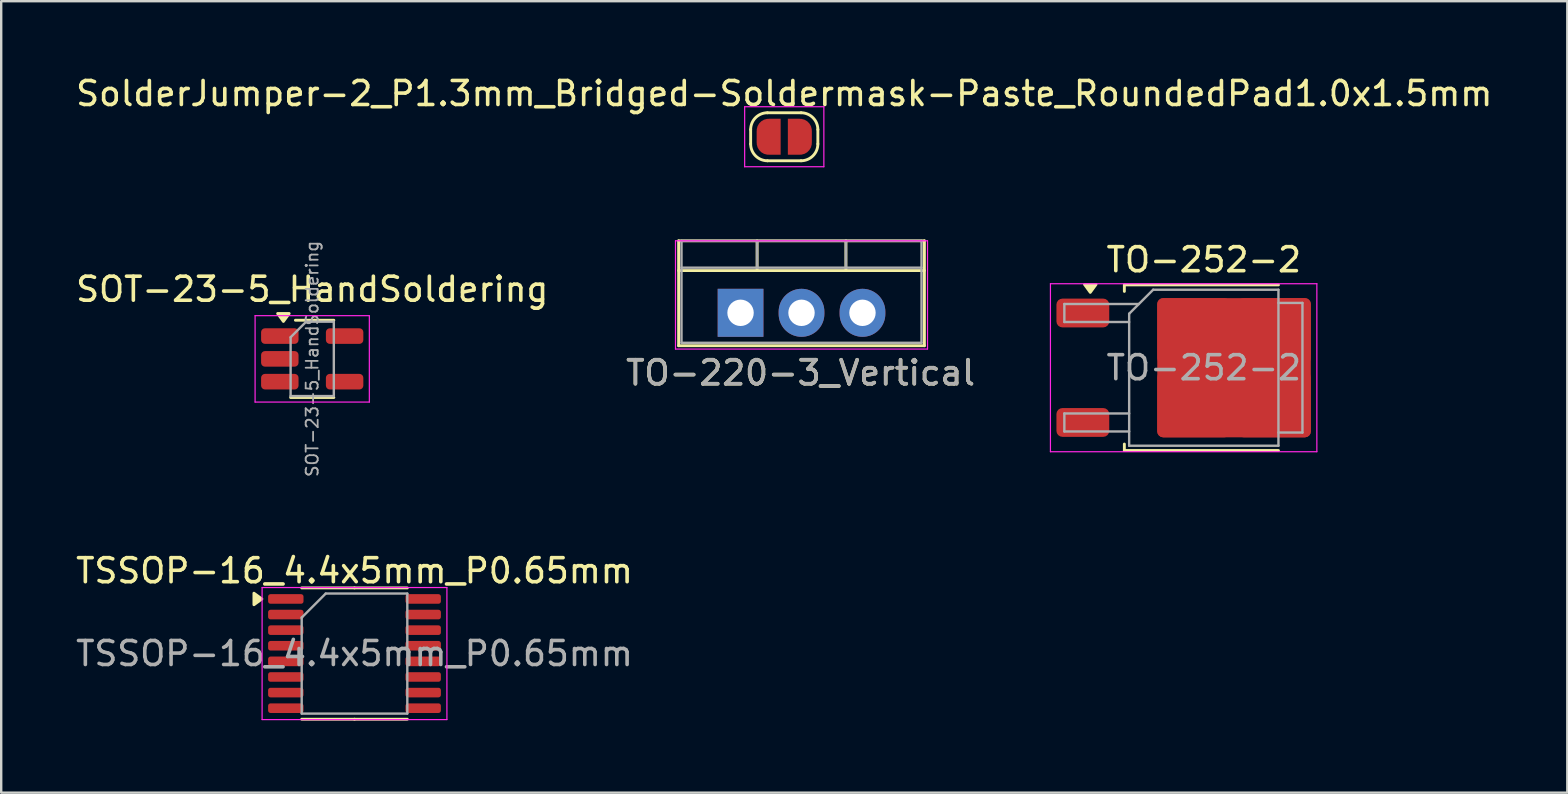
<source format=kicad_pcb>
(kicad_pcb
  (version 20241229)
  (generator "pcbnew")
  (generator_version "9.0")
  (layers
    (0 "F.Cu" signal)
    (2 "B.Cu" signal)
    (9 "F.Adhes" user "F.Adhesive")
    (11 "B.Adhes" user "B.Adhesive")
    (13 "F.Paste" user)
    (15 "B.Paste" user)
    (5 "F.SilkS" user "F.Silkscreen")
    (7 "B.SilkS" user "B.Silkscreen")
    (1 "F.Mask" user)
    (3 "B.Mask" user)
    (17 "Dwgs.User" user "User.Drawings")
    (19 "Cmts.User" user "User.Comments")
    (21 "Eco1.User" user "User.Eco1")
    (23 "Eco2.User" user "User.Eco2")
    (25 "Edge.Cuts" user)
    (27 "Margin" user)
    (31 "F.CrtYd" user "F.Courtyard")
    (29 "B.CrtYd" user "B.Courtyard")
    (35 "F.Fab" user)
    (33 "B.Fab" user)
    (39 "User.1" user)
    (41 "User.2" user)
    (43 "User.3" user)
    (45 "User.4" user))
  (footprint "TSSOP-16_4.4x5mm_P0.65mm"
    (layer "F.Cu")
    (at 11.72 24.18)
    (property "Reference" "TSSOP-16_4.4x5mm_P0.65mm" (at 0 -3.45 0) (layer "F.SilkS") (effects (font (size 1 1) (thickness 0.15))))
    (attr smd)
    (fp_line (start 0 -2.735) (end -2.2 -2.735) (stroke (width 0.12) (type solid)) (layer "F.SilkS"))
    (fp_line (start 0 -2.735) (end 2.2 -2.735) (stroke (width 0.12) (type solid)) (layer "F.SilkS"))
    (fp_line (start 0 2.735) (end -2.2 2.735) (stroke (width 0.12) (type solid)) (layer "F.SilkS"))
    (fp_line (start 0 2.735) (end 2.2 2.735) (stroke (width 0.12) (type solid)) (layer "F.SilkS"))
    (fp_poly (pts (xy -3.86 -2.275) (xy -4.19 -2.515) (xy -4.19 -2.035) (xy -3.86 -2.275)) (stroke (width 0.12) (type solid)) (fill yes) (layer "F.SilkS"))
    (fp_line (start -3.85 -2.75) (end -3.85 2.75) (stroke (width 0.05) (type solid)) (layer "F.CrtYd"))
    (fp_line (start -3.85 2.75) (end 3.85 2.75) (stroke (width 0.05) (type solid)) (layer "F.CrtYd"))
    (fp_line (start 3.85 -2.75) (end -3.85 -2.75) (stroke (width 0.05) (type solid)) (layer "F.CrtYd"))
    (fp_line (start 3.85 2.75) (end 3.85 -2.75) (stroke (width 0.05) (type solid)) (layer "F.CrtYd"))
    (fp_line (start -2.2 -1.5) (end -1.2 -2.5) (stroke (width 0.1) (type solid)) (layer "F.Fab"))
    (fp_line (start -2.2 2.5) (end -2.2 -1.5) (stroke (width 0.1) (type solid)) (layer "F.Fab"))
    (fp_line (start -1.2 -2.5) (end 2.2 -2.5) (stroke (width 0.1) (type solid)) (layer "F.Fab"))
    (fp_line (start 2.2 -2.5) (end 2.2 2.5) (stroke (width 0.1) (type solid)) (layer "F.Fab"))
    (fp_line (start 2.2 2.5) (end -2.2 2.5) (stroke (width 0.1) (type solid)) (layer "F.Fab"))
    (fp_text user "${REFERENCE}" (at 0 0 0) (layer "F.Fab") (effects (font (size 1 1) (thickness 0.15))))
    (pad "1" smd roundrect (at -2.862 -2.275) (size 1.475 0.4) (layers "F.Cu" "F.Mask" "F.Paste") (roundrect_rratio 0.25))
    (pad "2" smd roundrect (at -2.862 -1.625) (size 1.475 0.4) (layers "F.Cu" "F.Mask" "F.Paste") (roundrect_rratio 0.25))
    (pad "3" smd roundrect (at -2.862 -0.975) (size 1.475 0.4) (layers "F.Cu" "F.Mask" "F.Paste") (roundrect_rratio 0.25))
    (pad "4" smd roundrect (at -2.862 -0.325) (size 1.475 0.4) (layers "F.Cu" "F.Mask" "F.Paste") (roundrect_rratio 0.25))
    (pad "5" smd roundrect (at -2.862 0.325) (size 1.475 0.4) (layers "F.Cu" "F.Mask" "F.Paste") (roundrect_rratio 0.25))
    (pad "6" smd roundrect (at -2.862 0.975) (size 1.475 0.4) (layers "F.Cu" "F.Mask" "F.Paste") (roundrect_rratio 0.25))
    (pad "7" smd roundrect (at -2.862 1.625) (size 1.475 0.4) (layers "F.Cu" "F.Mask" "F.Paste") (roundrect_rratio 0.25))
    (pad "8" smd roundrect (at -2.862 2.275) (size 1.475 0.4) (layers "F.Cu" "F.Mask" "F.Paste") (roundrect_rratio 0.25))
    (pad "9" smd roundrect (at 2.862 2.275) (size 1.475 0.4) (layers "F.Cu" "F.Mask" "F.Paste") (roundrect_rratio 0.25))
    (pad "10" smd roundrect (at 2.862 1.625) (size 1.475 0.4) (layers "F.Cu" "F.Mask" "F.Paste") (roundrect_rratio 0.25))
    (pad "11" smd roundrect (at 2.862 0.975) (size 1.475 0.4) (layers "F.Cu" "F.Mask" "F.Paste") (roundrect_rratio 0.25))
    (pad "12" smd roundrect (at 2.862 0.325) (size 1.475 0.4) (layers "F.Cu" "F.Mask" "F.Paste") (roundrect_rratio 0.25))
    (pad "13" smd roundrect (at 2.862 -0.325) (size 1.475 0.4) (layers "F.Cu" "F.Mask" "F.Paste") (roundrect_rratio 0.25))
    (pad "14" smd roundrect (at 2.862 -0.975) (size 1.475 0.4) (layers "F.Cu" "F.Mask" "F.Paste") (roundrect_rratio 0.25))
    (pad "15" smd roundrect (at 2.862 -1.625) (size 1.475 0.4) (layers "F.Cu" "F.Mask" "F.Paste") (roundrect_rratio 0.25))
    (pad "16" smd roundrect (at 2.862 -2.275) (size 1.475 0.4) (layers "F.Cu" "F.Mask" "F.Paste") (roundrect_rratio 0.25)))
  (footprint "TO-252-2"
    (layer "F.Cu")
    (at 47.105 12.271)
    (property "Reference" "TO-252-2" (at 0 -4.5 0) (layer "F.SilkS") (effects (font (size 1 1) (thickness 0.15))))
    (attr smd)
    (fp_line (start -3.31 -3.45) (end -3.31 -3.18) (stroke (width 0.12) (type solid)) (layer "F.SilkS"))
    (fp_line (start -3.31 3.45) (end -3.31 3.18) (stroke (width 0.12) (type solid)) (layer "F.SilkS"))
    (fp_line (start 3.11 -3.45) (end -3.31 -3.45) (stroke (width 0.12) (type solid)) (layer "F.SilkS"))
    (fp_line (start 3.11 3.45) (end -3.31 3.45) (stroke (width 0.12) (type solid)) (layer "F.SilkS"))
    (fp_poly (pts (xy -4.73 -3.14) (xy -4.97 -3.47) (xy -4.49 -3.47) (xy -4.73 -3.14)) (stroke (width 0.12) (type solid)) (fill yes) (layer "F.SilkS"))
    (fp_line (start -6.39 -3.5) (end -6.39 3.5) (stroke (width 0.05) (type solid)) (layer "F.CrtYd"))
    (fp_line (start -6.39 3.5) (end 4.71 3.5) (stroke (width 0.05) (type solid)) (layer "F.CrtYd"))
    (fp_line (start 4.71 -3.5) (end -6.39 -3.5) (stroke (width 0.05) (type solid)) (layer "F.CrtYd"))
    (fp_line (start 4.71 3.5) (end 4.71 -3.5) (stroke (width 0.05) (type solid)) (layer "F.CrtYd"))
    (fp_line (start -5.81 -2.655) (end -5.81 -1.905) (stroke (width 0.1) (type solid)) (layer "F.Fab"))
    (fp_line (start -5.81 -1.905) (end -3.11 -1.905) (stroke (width 0.1) (type solid)) (layer "F.Fab"))
    (fp_line (start -5.81 1.905) (end -5.81 2.655) (stroke (width 0.1) (type solid)) (layer "F.Fab"))
    (fp_line (start -5.81 2.655) (end -3.11 2.655) (stroke (width 0.1) (type solid)) (layer "F.Fab"))
    (fp_line (start -3.11 -2.25) (end -2.11 -3.25) (stroke (width 0.1) (type solid)) (layer "F.Fab"))
    (fp_line (start -3.11 1.905) (end -5.81 1.905) (stroke (width 0.1) (type solid)) (layer "F.Fab"))
    (fp_line (start -3.11 3.25) (end -3.11 -2.25) (stroke (width 0.1) (type solid)) (layer "F.Fab"))
    (fp_line (start -2.705 -2.655) (end -5.81 -2.655) (stroke (width 0.1) (type solid)) (layer "F.Fab"))
    (fp_line (start -2.11 -3.25) (end 3.11 -3.25) (stroke (width 0.1) (type solid)) (layer "F.Fab"))
    (fp_line (start 3.11 -3.25) (end 3.11 3.25) (stroke (width 0.1) (type solid)) (layer "F.Fab"))
    (fp_line (start 3.11 -2.7) (end 4.11 -2.7) (stroke (width 0.1) (type solid)) (layer "F.Fab"))
    (fp_line (start 3.11 3.25) (end -3.11 3.25) (stroke (width 0.1) (type solid)) (layer "F.Fab"))
    (fp_line (start 4.11 -2.7) (end 4.11 2.7) (stroke (width 0.1) (type solid)) (layer "F.Fab"))
    (fp_line (start 4.11 2.7) (end 3.11 2.7) (stroke (width 0.1) (type solid)) (layer "F.Fab"))
    (fp_text user "${REFERENCE}" (at 0 0 0) (layer "F.Fab") (effects (font (size 1 1) (thickness 0.15))))
    (pad "1" smd roundrect (at -5.04 -2.28) (size 2.2 1.2) (layers "F.Cu" "F.Mask" "F.Paste") (roundrect_rratio 0.208))
    (pad "2" smd roundrect (at -0.415 -1.525) (size 3.05 2.75) (layers "F.Cu" "F.Paste") (roundrect_rratio 0.091))
    (pad "2" smd roundrect (at -0.415 1.525) (size 3.05 2.75) (layers "F.Cu" "F.Paste") (roundrect_rratio 0.091))
    (pad "2" smd roundrect (at 1.26 0) (size 6.4 5.8) (layers "F.Cu" "F.Mask") (roundrect_rratio 0.043))
    (pad "2" smd roundrect (at 2.935 -1.525) (size 3.05 2.75) (layers "F.Cu" "F.Paste") (roundrect_rratio 0.091))
    (pad "2" smd roundrect (at 2.935 1.525) (size 3.05 2.75) (layers "F.Cu" "F.Paste") (roundrect_rratio 0.091))
    (pad "3" smd roundrect (at -5.04 2.28) (size 2.2 1.2) (layers "F.Cu" "F.Mask" "F.Paste") (roundrect_rratio 0.208)))
  (footprint "TO-220-3_Vertical"
    (layer "F.Cu")
    (at 27.804 9.983)
    (property "Reference" "TO-220-3_Vertical" (at 2.5 2.5 0) (layer "F.SilkS") (effects (font (size 1 1) (thickness 0.15))))
    (attr through_hole)
    (fp_line (start -2.58 -3) (end -2.58 1.371) (stroke (width 0.12) (type solid)) (layer "F.SilkS"))
    (fp_line (start -2.58 -3) (end 7.66 -3) (stroke (width 0.12) (type solid)) (layer "F.SilkS"))
    (fp_line (start -2.58 -1.76) (end 7.66 -1.76) (stroke (width 0.12) (type solid)) (layer "F.SilkS"))
    (fp_line (start -2.58 1.371) (end 7.66 1.371) (stroke (width 0.12) (type solid)) (layer "F.SilkS"))
    (fp_line (start 0.69 -3) (end 0.69 -1.76) (stroke (width 0.12) (type solid)) (layer "F.SilkS"))
    (fp_line (start 4.391 -3) (end 4.391 -1.76) (stroke (width 0.12) (type solid)) (layer "F.SilkS"))
    (fp_line (start 7.66 -3) (end 7.66 1.371) (stroke (width 0.12) (type solid)) (layer "F.SilkS"))
    (fp_line (start -2.71 -3) (end -2.71 1.51) (stroke (width 0.05) (type solid)) (layer "F.CrtYd"))
    (fp_line (start -2.71 1.51) (end 7.79 1.51) (stroke (width 0.05) (type solid)) (layer "F.CrtYd"))
    (fp_line (start 7.79 -3) (end -2.71 -3) (stroke (width 0.05) (type solid)) (layer "F.CrtYd"))
    (fp_line (start 7.79 1.51) (end 7.79 -3) (stroke (width 0.05) (type solid)) (layer "F.CrtYd"))
    (fp_line (start -2.46 -3) (end -2.46 1.25) (stroke (width 0.1) (type solid)) (layer "F.Fab"))
    (fp_line (start -2.46 -1.88) (end 7.54 -1.88) (stroke (width 0.1) (type solid)) (layer "F.Fab"))
    (fp_line (start -2.46 1.25) (end 7.54 1.25) (stroke (width 0.1) (type solid)) (layer "F.Fab"))
    (fp_line (start 0.69 -3) (end 0.69 -1.88) (stroke (width 0.1) (type solid)) (layer "F.Fab"))
    (fp_line (start 4.39 -3) (end 4.39 -1.88) (stroke (width 0.1) (type solid)) (layer "F.Fab"))
    (fp_line (start 7.54 -3) (end -2.46 -3) (stroke (width 0.1) (type solid)) (layer "F.Fab"))
    (fp_line (start 7.54 1.25) (end 7.54 -3) (stroke (width 0.1) (type solid)) (layer "F.Fab"))
    (fp_text user "${REFERENCE}" (at 2.5 2.5 0) (layer "F.Fab") (effects (font (size 1 1) (thickness 0.15))))
    (pad "1" thru_hole rect (at 0 0) (size 1.905 2) (drill 1.1) (layers "*.Cu" "*.Mask"))
    (pad "2" thru_hole oval (at 2.54 0) (size 1.905 2) (drill 1.1) (layers "*.Cu" "*.Mask"))
    (pad "3" thru_hole oval (at 5.08 0) (size 1.905 2) (drill 1.1) (layers "*.Cu" "*.Mask")))
  (footprint "SolderJumper-2_P1.3mm_Bridged-Soldermask-Paste_RoundedPad1.0x1.5mm"
    (layer "F.Cu")
    (at 29.625 2.648)
    (property "Reference" "SolderJumper-2_P1.3mm_Bridged-Soldermask-Paste_RoundedPad1.0x1.5mm" (at 0 -1.8 0) (layer "F.SilkS") (effects (font (size 1 1) (thickness 0.15))))
    (attr exclude_from_pos_files exclude_from_bom)
    (fp_poly (pts (xy -0.65 -0.75) (xy 0.65 -0.75) (xy 0.65 0.75) (xy -0.65 0.75)) (stroke (width 0) (type solid)) (fill yes) (layer "F.Mask"))
    (fp_line (start -1.4 0.3) (end -1.4 -0.3) (stroke (width 0.12) (type solid)) (layer "F.SilkS"))
    (fp_line (start -0.7 -1) (end 0.7 -1) (stroke (width 0.12) (type solid)) (layer "F.SilkS"))
    (fp_line (start 0.7 1) (end -0.7 1) (stroke (width 0.12) (type solid)) (layer "F.SilkS"))
    (fp_line (start 1.4 -0.3) (end 1.4 0.3) (stroke (width 0.12) (type solid)) (layer "F.SilkS"))
    (fp_arc (start -1.4 -0.3) (mid -1.194975 -0.794975) (end -0.7 -1) (stroke (width 0.12) (type solid)) (layer "F.SilkS"))
    (fp_arc (start -0.7 1) (mid -1.194975 0.794975) (end -1.4 0.3) (stroke (width 0.12) (type solid)) (layer "F.SilkS"))
    (fp_arc (start 0.7 -1) (mid 1.194975 -0.794975) (end 1.4 -0.3) (stroke (width 0.12) (type solid)) (layer "F.SilkS"))
    (fp_arc (start 1.4 0.3) (mid 1.194975 0.794975) (end 0.7 1) (stroke (width 0.12) (type solid)) (layer "F.SilkS"))
    (fp_poly (pts (xy -0.65 -0.75) (xy 0.65 -0.75) (xy 0.65 0.75) (xy -0.65 0.75)) (stroke (width 0) (type solid)) (fill yes) (layer "F.Paste"))
    (fp_line (start -1.65 -1.25) (end -1.65 1.25) (stroke (width 0.05) (type solid)) (layer "F.CrtYd"))
    (fp_line (start -1.65 -1.25) (end 1.65 -1.25) (stroke (width 0.05) (type solid)) (layer "F.CrtYd"))
    (fp_line (start 1.65 1.25) (end -1.65 1.25) (stroke (width 0.05) (type solid)) (layer "F.CrtYd"))
    (fp_line (start 1.65 1.25) (end 1.65 -1.25) (stroke (width 0.05) (type solid)) (layer "F.CrtYd"))
    (pad "1" smd custom (at -0.65 0) (size 1 0.5) (layers "F.Cu" "F.Mask" "F.Paste") (options (anchor rect)) (primitives (gr_circle (center 0 0.25) (end 0.5 0.25) (width 0) (fill yes)) (gr_circle (center 0 -0.25) (end 0.5 -0.25) (width 0) (fill yes)) (gr_poly (pts (xy 0.5 0.75) (xy 0 0.75) (xy 0 -0.75) (xy 0.5 -0.75)) (width 0) (fill yes))))
    (pad "2" smd custom (at 0.65 0) (size 1 0.5) (layers "F.Cu" "F.Mask" "F.Paste") (options (anchor rect)) (primitives (gr_circle (center 0 0.25) (end 0.5 0.25) (width 0) (fill yes)) (gr_circle (center 0 -0.25) (end 0.5 -0.25) (width 0) (fill yes)) (gr_poly (pts (xy 0 0.75) (xy -0.5 0.75) (xy -0.5 -0.75) (xy 0 -0.75)) (width 0) (fill yes)))))
  (footprint "SOT-23-5_HandSoldering"
    (layer "F.Cu")
    (at 9.958 11.902)
    (property "Reference" "SOT-23-5_HandSoldering" (at 0 -2.9 0) (layer "F.SilkS") (effects (font (size 1 1) (thickness 0.15))))
    (attr smd)
    (fp_line (start -0.9 1.61) (end 0.9 1.61) (stroke (width 0.12) (type solid)) (layer "F.SilkS"))
    (fp_line (start 0.1 -1.61) (end -0.7 -1.61) (stroke (width 0.12) (type solid)) (layer "F.SilkS"))
    (fp_line (start 0.1 -1.61) (end 0.9 -1.61) (stroke (width 0.12) (type solid)) (layer "F.SilkS"))
    (fp_poly (pts (xy -1.2 -1.56) (xy -1.44 -1.89) (xy -0.96 -1.89) (xy -1.2 -1.56)) (stroke (width 0.12) (type solid)) (fill yes) (layer "F.SilkS"))
    (fp_line (start -2.38 -1.8) (end -2.38 1.8) (stroke (width 0.05) (type solid)) (layer "F.CrtYd"))
    (fp_line (start -2.38 -1.8) (end 2.38 -1.8) (stroke (width 0.05) (type solid)) (layer "F.CrtYd"))
    (fp_line (start 2.38 1.8) (end -2.38 1.8) (stroke (width 0.05) (type solid)) (layer "F.CrtYd"))
    (fp_line (start 2.38 1.8) (end 2.38 -1.8) (stroke (width 0.05) (type solid)) (layer "F.CrtYd"))
    (fp_line (start -0.9 -0.9) (end -0.9 1.55) (stroke (width 0.1) (type solid)) (layer "F.Fab"))
    (fp_line (start -0.9 -0.9) (end -0.25 -1.55) (stroke (width 0.1) (type solid)) (layer "F.Fab"))
    (fp_line (start 0.9 -1.55) (end -0.25 -1.55) (stroke (width 0.1) (type solid)) (layer "F.Fab"))
    (fp_line (start 0.9 -1.55) (end 0.9 1.55) (stroke (width 0.1) (type solid)) (layer "F.Fab"))
    (fp_line (start 0.9 1.55) (end -0.9 1.55) (stroke (width 0.1) (type solid)) (layer "F.Fab"))
    (fp_text user "${REFERENCE}" (at 0 0 90) (layer "F.Fab") (effects (font (size 0.5 0.5) (thickness 0.075))))
    (pad "1" smd roundrect (at -1.35 -0.95) (size 1.56 0.65) (layers "F.Cu" "F.Mask" "F.Paste") (roundrect_rratio 0.25))
    (pad "2" smd roundrect (at -1.35 0) (size 1.56 0.65) (layers "F.Cu" "F.Mask" "F.Paste") (roundrect_rratio 0.25))
    (pad "3" smd roundrect (at -1.35 0.95) (size 1.56 0.65) (layers "F.Cu" "F.Mask" "F.Paste") (roundrect_rratio 0.25))
    (pad "4" smd roundrect (at 1.35 0.95) (size 1.56 0.65) (layers "F.Cu" "F.Mask" "F.Paste") (roundrect_rratio 0.25))
    (pad "5" smd roundrect (at 1.35 -0.95) (size 1.56 0.65) (layers "F.Cu" "F.Mask" "F.Paste") (roundrect_rratio 0.25)))
  (gr_rect
    (start -3 -3)
    (end 62.25 29.975)
    (stroke (width 0.1) (type default))
    (fill no)
    (layer "Edge.Cuts")))
</source>
